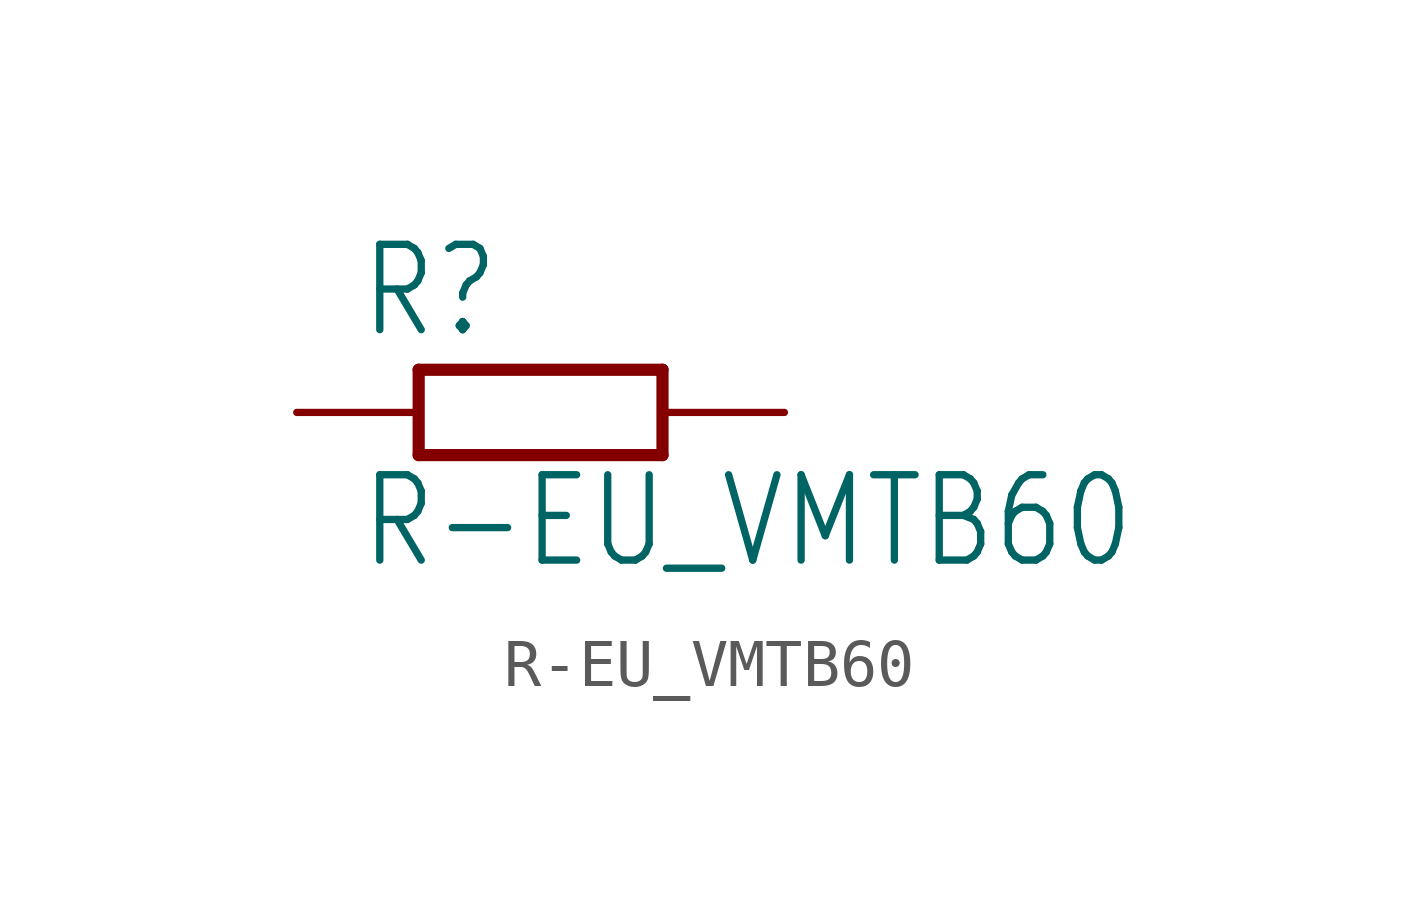
<source format=kicad_sym>
(kicad_symbol_lib
  (version 20220331)
  (generator kicad_symbol_editor)
  (symbol "R-EU_VMTB60"
    (property "Reference" "R"
      (at -3.81 1.499 0)
      (effects (font (size 1.778 1.511)) (justify left bottom)))
    (property "Value" "R-EU_VMTB60"
      (at -3.81 -3.302 0)
      (effects (font (size 1.778 1.511)) (justify left bottom)))
    (property "ki_locked" ""
      (at 0 0 0)
      (effects (font (size 1.27 1.27))))
    (symbol "R-EU_VMTB60_1_0"
      (polyline (pts (xy -2.54 -0.889) (xy -2.54 0.889)) (stroke (width 0.254) (type solid)) (fill (type none)))
      (polyline (pts (xy -2.54 -0.889) (xy 2.54 -0.889)) (stroke (width 0.254) (type solid)) (fill (type none)))
      (polyline (pts (xy 2.54 -0.889) (xy 2.54 0.889)) (stroke (width 0.254) (type solid)) (fill (type none)))
      (polyline (pts (xy 2.54 0.889) (xy -2.54 0.889)) (stroke (width 0.254) (type solid)) (fill (type none)))
      (pin passive line (at -5.08 0 0) (length 2.54) (name "1" (effects (font (size 0 0)))) (number "1" (effects (font (size 0 0)))))
      (pin passive line (at 5.08 0 180) (length 2.54) (name "2" (effects (font (size 0 0)))) (number "2" (effects (font (size 0 0))))))))
</source>
